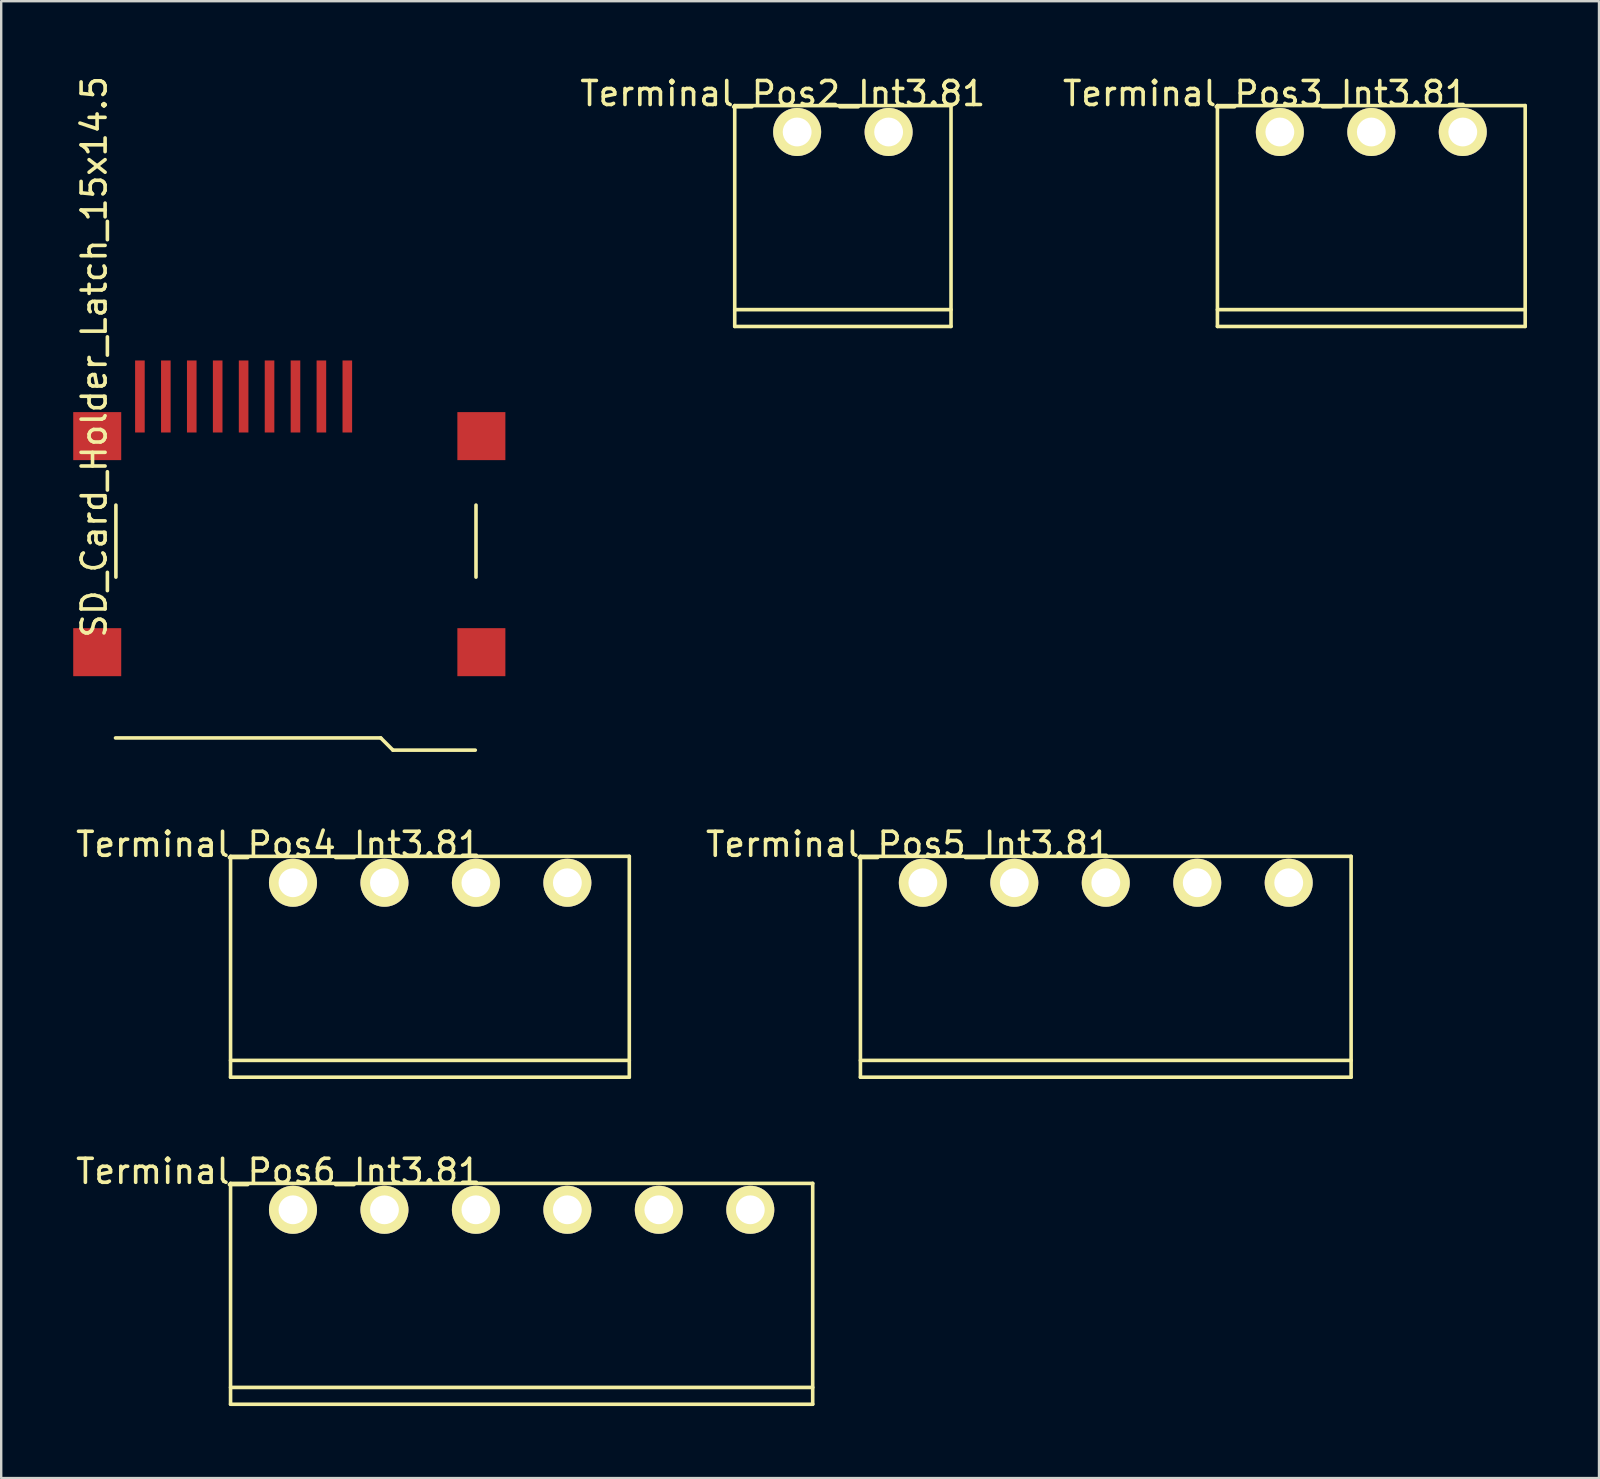
<source format=kicad_pcb>
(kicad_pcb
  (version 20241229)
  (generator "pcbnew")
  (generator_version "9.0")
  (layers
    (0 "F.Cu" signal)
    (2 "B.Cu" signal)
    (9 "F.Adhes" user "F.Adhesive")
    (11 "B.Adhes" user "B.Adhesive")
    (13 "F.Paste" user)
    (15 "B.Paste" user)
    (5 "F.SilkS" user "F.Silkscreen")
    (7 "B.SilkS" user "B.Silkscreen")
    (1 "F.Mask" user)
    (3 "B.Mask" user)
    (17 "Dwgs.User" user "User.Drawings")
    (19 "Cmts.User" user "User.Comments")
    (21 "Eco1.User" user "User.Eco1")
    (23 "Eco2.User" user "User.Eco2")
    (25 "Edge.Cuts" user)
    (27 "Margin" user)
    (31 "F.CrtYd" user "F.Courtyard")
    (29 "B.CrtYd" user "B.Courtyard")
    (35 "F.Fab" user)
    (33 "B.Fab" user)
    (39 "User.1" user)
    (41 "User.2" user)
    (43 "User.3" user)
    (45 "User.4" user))
  (footprint "Terminal_Pos2_Int3.81"
    (layer "F.Cu")
    (at 27.556 1.348)
    (property "Reference" "Terminal_Pos2_Int3.81" (at 2 -0.5 0) (layer "F.SilkS") (effects (font (size 1 1) (thickness 0.15))))
    (attr through_hole)
    (fp_line (start 0 0) (end 0 9.2) (stroke (width 0.15) (type solid)) (layer "F.SilkS"))
    (fp_line (start 0 0) (end 9.01 0) (stroke (width 0.15) (type solid)) (layer "F.SilkS"))
    (fp_line (start 0 8.5) (end 9.01 8.5) (stroke (width 0.15) (type solid)) (layer "F.SilkS"))
    (fp_line (start 0 9.2) (end 9.01 9.2) (stroke (width 0.15) (type solid)) (layer "F.SilkS"))
    (fp_line (start 9.01 0) (end 9.01 9.2) (stroke (width 0.15) (type solid)) (layer "F.SilkS"))
    (pad "1" thru_hole circle (at 2.6 1.1) (size 2 2) (drill 1.2) (layers "*.Cu" "*.Mask" "F.SilkS"))
    (pad "2" thru_hole circle (at 6.41 1.1) (size 2 2) (drill 1.2) (layers "*.Cu" "*.Mask" "F.SilkS")))
  (footprint "Terminal_Pos4_Int3.81"
    (layer "F.Cu")
    (at 6.554 32.622)
    (property "Reference" "Terminal_Pos4_Int3.81" (at 2 -0.5 0) (layer "F.SilkS") (effects (font (size 1 1) (thickness 0.15))))
    (attr through_hole)
    (fp_line (start 0 0) (end 0 9.2) (stroke (width 0.15) (type solid)) (layer "F.SilkS"))
    (fp_line (start 0 0) (end 16.61 0) (stroke (width 0.15) (type solid)) (layer "F.SilkS"))
    (fp_line (start 0 8.5) (end 16.61 8.5) (stroke (width 0.15) (type solid)) (layer "F.SilkS"))
    (fp_line (start 0 9.2) (end 16.61 9.2) (stroke (width 0.15) (type solid)) (layer "F.SilkS"))
    (fp_line (start 16.61 0) (end 16.61 9.2) (stroke (width 0.15) (type solid)) (layer "F.SilkS"))
    (pad "1" thru_hole circle (at 2.6 1.1) (size 2 2) (drill 1.2) (layers "*.Cu" "*.Mask" "F.SilkS"))
    (pad "2" thru_hole circle (at 6.41 1.1) (size 2 2) (drill 1.2) (layers "*.Cu" "*.Mask" "F.SilkS"))
    (pad "3" thru_hole circle (at 10.22 1.1) (size 2 2) (drill 1.2) (layers "*.Cu" "*.Mask" "F.SilkS"))
    (pad "4" thru_hole circle (at 14.03 1.1) (size 2 2) (drill 1.2) (layers "*.Cu" "*.Mask" "F.SilkS")))
  (footprint "Terminal_Pos3_Int3.81"
    (layer "F.Cu")
    (at 47.663 1.348)
    (property "Reference" "Terminal_Pos3_Int3.81" (at 2 -0.5 0) (layer "F.SilkS") (effects (font (size 1 1) (thickness 0.15))))
    (attr through_hole)
    (fp_line (start 0 0) (end 0 9.2) (stroke (width 0.15) (type solid)) (layer "F.SilkS"))
    (fp_line (start 0 0) (end 12.82 0) (stroke (width 0.15) (type solid)) (layer "F.SilkS"))
    (fp_line (start 0 8.5) (end 12.82 8.5) (stroke (width 0.15) (type solid)) (layer "F.SilkS"))
    (fp_line (start 0 9.2) (end 12.82 9.2) (stroke (width 0.15) (type solid)) (layer "F.SilkS"))
    (fp_line (start 12.82 0) (end 12.82 9.2) (stroke (width 0.15) (type solid)) (layer "F.SilkS"))
    (pad "1" thru_hole circle (at 2.6 1.1) (size 2 2) (drill 1.2) (layers "*.Cu" "*.Mask" "F.SilkS"))
    (pad "2" thru_hole circle (at 6.41 1.1) (size 2 2) (drill 1.2) (layers "*.Cu" "*.Mask" "F.SilkS"))
    (pad "3" thru_hole circle (at 10.22 1.1) (size 2 2) (drill 1.2) (layers "*.Cu" "*.Mask" "F.SilkS")))
  (footprint "Terminal_Pos5_Int3.81"
    (layer "F.Cu")
    (at 32.792 32.622)
    (property "Reference" "Terminal_Pos5_Int3.81" (at 2 -0.5 0) (layer "F.SilkS") (effects (font (size 1 1) (thickness 0.15))))
    (attr through_hole)
    (fp_line (start 0 0) (end 0 9.2) (stroke (width 0.15) (type solid)) (layer "F.SilkS"))
    (fp_line (start 0 0) (end 20.44 0) (stroke (width 0.15) (type solid)) (layer "F.SilkS"))
    (fp_line (start 0 8.5) (end 20.44 8.5) (stroke (width 0.15) (type solid)) (layer "F.SilkS"))
    (fp_line (start 0 9.2) (end 20.44 9.2) (stroke (width 0.15) (type solid)) (layer "F.SilkS"))
    (fp_line (start 20.44 0) (end 20.44 9.2) (stroke (width 0.15) (type solid)) (layer "F.SilkS"))
    (pad "1" thru_hole circle (at 2.6 1.1) (size 2 2) (drill 1.2) (layers "*.Cu" "*.Mask" "F.SilkS"))
    (pad "2" thru_hole circle (at 6.41 1.1) (size 2 2) (drill 1.2) (layers "*.Cu" "*.Mask" "F.SilkS"))
    (pad "3" thru_hole circle (at 10.22 1.1) (size 2 2) (drill 1.2) (layers "*.Cu" "*.Mask" "F.SilkS"))
    (pad "4" thru_hole circle (at 14.03 1.1) (size 2 2) (drill 1.2) (layers "*.Cu" "*.Mask" "F.SilkS"))
    (pad "5" thru_hole circle (at 17.84 1.1) (size 2 2) (drill 1.2) (layers "*.Cu" "*.Mask" "F.SilkS")))
  (footprint "SD_Card_Holder_Latch_15x14.5"
    (layer "F.Cu")
    (at 2.778 14.99)
    (property "Reference" "SD_Card_Holder_Latch_15x14.5" (at -1.905 -3.175 90) (layer "F.SilkS") (effects (font (size 1 1) (thickness 0.15))))
    (attr through_hole)
    (fp_line (start -1.016 12.7) (end 10.033 12.7) (stroke (width 0.15) (type solid)) (layer "F.SilkS"))
    (fp_line (start -1 3) (end -1 6) (stroke (width 0.15) (type solid)) (layer "F.SilkS"))
    (fp_line (start 10.033 12.7) (end 10.541 13.208) (stroke (width 0.15) (type solid)) (layer "F.SilkS"))
    (fp_line (start 10.541 13.208) (end 13.97 13.208) (stroke (width 0.15) (type solid)) (layer "F.SilkS"))
    (fp_line (start 14 3) (end 14 6) (stroke (width 0.15) (type solid)) (layer "F.SilkS"))
    (pad "1" smd rect (at 8.64 -1.524) (size 0.4 3) (layers "F.Cu" "F.Mask" "F.Paste"))
    (pad "2" smd rect (at 7.56 -1.524) (size 0.4 3) (layers "F.Cu" "F.Mask" "F.Paste"))
    (pad "3" smd rect (at 6.48 -1.524) (size 0.4 3) (layers "F.Cu" "F.Mask" "F.Paste"))
    (pad "4" smd rect (at 5.4 -1.524) (size 0.4 3) (layers "F.Cu" "F.Mask" "F.Paste"))
    (pad "5" smd rect (at 4.32 -1.524) (size 0.4 3) (layers "F.Cu" "F.Mask" "F.Paste"))
    (pad "6" smd rect (at 3.24 -1.524) (size 0.4 3) (layers "F.Cu" "F.Mask" "F.Paste"))
    (pad "7" smd rect (at 2.16 -1.524) (size 0.4 3) (layers "F.Cu" "F.Mask" "F.Paste"))
    (pad "8" smd rect (at 1.08 -1.524) (size 0.4 3) (layers "F.Cu" "F.Mask" "F.Paste"))
    (pad "9" smd rect (at 0 -1.524) (size 0.4 3) (layers "F.Cu" "F.Mask" "F.Paste"))
    (pad "M1" smd rect (at -1.778 0.127) (size 2 2) (layers "F.Cu" "F.Mask" "F.Paste"))
    (pad "M2" smd rect (at -1.778 9.127) (size 2 2) (layers "F.Cu" "F.Mask" "F.Paste"))
    (pad "M3" smd rect (at 14.224 9.127) (size 2 2) (layers "F.Cu" "F.Mask" "F.Paste"))
    (pad "M4" smd rect (at 14.224 0.127) (size 2 2) (layers "F.Cu" "F.Mask" "F.Paste")))
  (footprint "Terminal_Pos6_Int3.81"
    (layer "F.Cu")
    (at 6.554 46.245)
    (property "Reference" "Terminal_Pos6_Int3.81" (at 2 -0.5 0) (layer "F.SilkS") (effects (font (size 1 1) (thickness 0.15))))
    (attr through_hole)
    (fp_line (start 0 0) (end 0 9.2) (stroke (width 0.15) (type solid)) (layer "F.SilkS"))
    (fp_line (start 0 0) (end 24.25 0) (stroke (width 0.15) (type solid)) (layer "F.SilkS"))
    (fp_line (start 0 8.5) (end 24.25 8.5) (stroke (width 0.15) (type solid)) (layer "F.SilkS"))
    (fp_line (start 0 9.2) (end 24.25 9.2) (stroke (width 0.15) (type solid)) (layer "F.SilkS"))
    (fp_line (start 24.25 0) (end 24.25 9.2) (stroke (width 0.15) (type solid)) (layer "F.SilkS"))
    (pad "1" thru_hole circle (at 2.6 1.1) (size 2 2) (drill 1.2) (layers "*.Cu" "*.Mask" "F.SilkS"))
    (pad "2" thru_hole circle (at 6.41 1.1) (size 2 2) (drill 1.2) (layers "*.Cu" "*.Mask" "F.SilkS"))
    (pad "3" thru_hole circle (at 10.22 1.1) (size 2 2) (drill 1.2) (layers "*.Cu" "*.Mask" "F.SilkS"))
    (pad "4" thru_hole circle (at 14.03 1.1) (size 2 2) (drill 1.2) (layers "*.Cu" "*.Mask" "F.SilkS"))
    (pad "5" thru_hole circle (at 17.84 1.1) (size 2 2) (drill 1.2) (layers "*.Cu" "*.Mask" "F.SilkS"))
    (pad "6" thru_hole circle (at 21.65 1.1) (size 2 2) (drill 1.2) (layers "*.Cu" "*.Mask" "F.SilkS")))
  (gr_rect
    (start -3 -3)
    (end 63.558 58.52)
    (stroke (width 0.1) (type default))
    (fill no)
    (layer "Edge.Cuts")))
</source>
